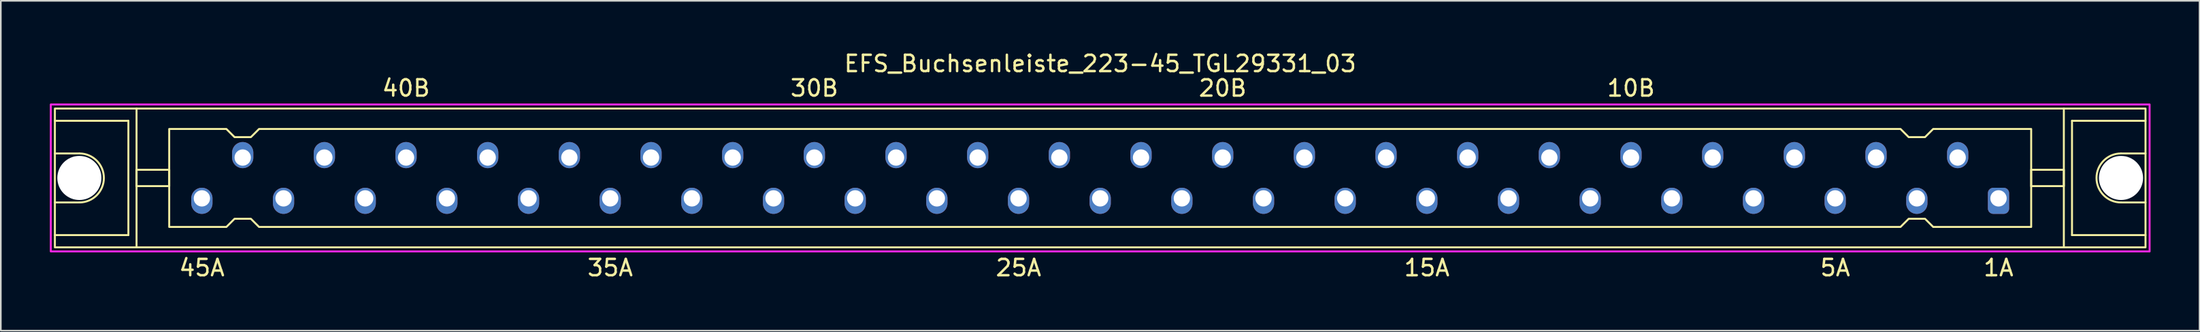
<source format=kicad_pcb>
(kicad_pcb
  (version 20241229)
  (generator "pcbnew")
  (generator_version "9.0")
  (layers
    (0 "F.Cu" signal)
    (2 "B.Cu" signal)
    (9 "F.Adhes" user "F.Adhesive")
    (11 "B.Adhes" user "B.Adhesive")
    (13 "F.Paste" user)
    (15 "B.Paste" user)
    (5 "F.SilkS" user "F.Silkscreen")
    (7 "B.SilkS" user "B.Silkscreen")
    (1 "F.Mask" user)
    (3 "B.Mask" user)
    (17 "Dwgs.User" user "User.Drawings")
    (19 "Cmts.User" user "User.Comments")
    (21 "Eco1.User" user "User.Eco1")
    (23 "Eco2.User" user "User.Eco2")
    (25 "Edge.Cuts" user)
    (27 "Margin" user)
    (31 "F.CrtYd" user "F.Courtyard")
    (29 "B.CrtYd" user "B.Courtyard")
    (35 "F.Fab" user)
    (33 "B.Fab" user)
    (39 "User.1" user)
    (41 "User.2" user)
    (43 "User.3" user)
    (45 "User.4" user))
  (footprint "EFS_Buchsenleiste_223-45_TGL29331_03"
    (layer "F.Cu")
    (at 64.31 7.848)
    (property "Reference" "EFS_Buchsenleiste_223-45_TGL29331_03" (at 0 -7 180) (layer "F.SilkS") (effects (font (size 1 1) (thickness 0.15))))
    (attr through_hole)
    (fp_line (start -64 -3.5) (end -59.5 -3.5) (stroke (width 0.12) (type solid)) (layer "F.SilkS"))
    (fp_line (start -62.5 -1.5) (end -64 -1.5) (stroke (width 0.12) (type solid)) (layer "F.SilkS"))
    (fp_line (start -62.5 1.5) (end -64 1.5) (stroke (width 0.12) (type solid)) (layer "F.SilkS"))
    (fp_line (start -59.5 -3.5) (end -59.5 3.5) (stroke (width 0.12) (type solid)) (layer "F.SilkS"))
    (fp_line (start -59.5 3.5) (end -64 3.5) (stroke (width 0.12) (type solid)) (layer "F.SilkS"))
    (fp_line (start -59 4.25) (end -59 -4.25) (stroke (width 0.12) (type solid)) (layer "F.SilkS"))
    (fp_line (start 59 4.25) (end 59 -4.25) (stroke (width 0.12) (type solid)) (layer "F.SilkS"))
    (fp_line (start 59.5 -3.5) (end 59.5 3.5) (stroke (width 0.12) (type solid)) (layer "F.SilkS"))
    (fp_line (start 59.5 3.5) (end 64 3.5) (stroke (width 0.12) (type solid)) (layer "F.SilkS"))
    (fp_line (start 62.5 -1.5) (end 64 -1.5) (stroke (width 0.12) (type solid)) (layer "F.SilkS"))
    (fp_line (start 62.5 1.5) (end 64 1.5) (stroke (width 0.12) (type solid)) (layer "F.SilkS"))
    (fp_line (start 64 -3.5) (end 59.5 -3.5) (stroke (width 0.12) (type solid)) (layer "F.SilkS"))
    (fp_rect (start -64 -4.25) (end 64 4.25) (stroke (width 0.12) (type solid)) (fill no) (layer "F.SilkS"))
    (fp_rect (start -59 -0.5) (end -57 0.5) (stroke (width 0.12) (type solid)) (fill no) (layer "F.SilkS"))
    (fp_rect (start 59 -0.5) (end 57 0.5) (stroke (width 0.12) (type solid)) (fill no) (layer "F.SilkS"))
    (fp_arc (start -62.5 -1.5) (mid -61 0) (end -62.5 1.5) (stroke (width 0.12) (type solid)) (layer "F.SilkS"))
    (fp_arc (start 62.5 1.5) (mid 61 0) (end 62.5 -1.5) (stroke (width 0.12) (type solid)) (layer "F.SilkS"))
    (fp_poly (pts (xy -53 -2.5) (xy -52 -2.5) (xy -51.5 -3) (xy 49 -3) (xy 49.5 -2.5) (xy 50.5 -2.5) (xy 51 -3) (xy 57 -3) (xy 57 3) (xy 51 3) (xy 50.5 2.5) (xy 49.5 2.5) (xy 49 3) (xy -51.5 3) (xy -52 2.5) (xy -53 2.5) (xy -53.5 3) (xy -57 3) (xy -57 -3) (xy -53.5 -3)) (stroke (width 0.12) (type solid)) (fill no) (layer "F.SilkS"))
    (fp_rect (start -64.25 -4.5) (end 64.25 4.5) (stroke (width 0.12) (type solid)) (fill no) (layer "F.CrtYd"))
    (fp_text user "45A" (at -55 5.5 180) (layer "F.SilkS") (effects (font (size 1 1) (thickness 0.15))))
    (fp_text user "40B" (at -42.5 -5.5 180) (layer "F.SilkS") (effects (font (size 1 1) (thickness 0.15))))
    (fp_text user "1A" (at 55 5.5 180) (layer "F.SilkS") (effects (font (size 1 1) (thickness 0.15))))
    (fp_text user "15A" (at 20 5.5 180) (layer "F.SilkS") (effects (font (size 1 1) (thickness 0.15))))
    (fp_text user "10B" (at 32.5 -5.5 180) (layer "F.SilkS") (effects (font (size 1 1) (thickness 0.15))))
    (fp_text user "35A" (at -30 5.5 180) (layer "F.SilkS") (effects (font (size 1 1) (thickness 0.15))))
    (fp_text user "25A" (at -5 5.5 180) (layer "F.SilkS") (effects (font (size 1 1) (thickness 0.15))))
    (fp_text user "30B" (at -17.5 -5.5 180) (layer "F.SilkS") (effects (font (size 1 1) (thickness 0.15))))
    (fp_text user "20B" (at 7.5 -5.5 180) (layer "F.SilkS") (effects (font (size 1 1) (thickness 0.15))))
    (fp_text user "5A" (at 45 5.5 180) (layer "F.SilkS") (effects (font (size 1 1) (thickness 0.15))))
    (pad "" np_thru_hole circle (at -62.5 0) (size 2.7 2.7) (drill 2.7) (layers "*.Cu" "*.Mask"))
    (pad "" np_thru_hole circle (at 62.5 0) (size 2.7 2.7) (drill 2.7) (layers "*.Cu" "*.Mask"))
    (pad "1a" thru_hole roundrect (at 55 1.25 180) (size 1.3 1.6) (drill 1 (offset 0 -0.15)) (layers "*.Cu" "*.Mask") (roundrect_rratio 0.25))
    (pad "2b" thru_hole oval (at 52.5 -1.25 180) (size 1.3 1.6) (drill 1 (offset 0 0.15)) (layers "*.Cu" "*.Mask"))
    (pad "3a" thru_hole oval (at 50 1.25 180) (size 1.3 1.6) (drill 1 (offset 0 -0.15)) (layers "*.Cu" "*.Mask"))
    (pad "4b" thru_hole oval (at 47.5 -1.25 180) (size 1.3 1.6) (drill 1 (offset 0 0.15)) (layers "*.Cu" "*.Mask"))
    (pad "5a" thru_hole oval (at 45 1.25 180) (size 1.3 1.6) (drill 1 (offset 0 -0.15)) (layers "*.Cu" "*.Mask"))
    (pad "6b" thru_hole oval (at 42.5 -1.25 180) (size 1.3 1.6) (drill 1 (offset 0 0.15)) (layers "*.Cu" "*.Mask"))
    (pad "7a" thru_hole oval (at 40 1.25 180) (size 1.3 1.6) (drill 1 (offset 0 -0.15)) (layers "*.Cu" "*.Mask"))
    (pad "8b" thru_hole oval (at 37.5 -1.25 180) (size 1.3 1.6) (drill 1 (offset 0 0.15)) (layers "*.Cu" "*.Mask"))
    (pad "9a" thru_hole oval (at 35 1.25 180) (size 1.3 1.6) (drill 1 (offset 0 -0.15)) (layers "*.Cu" "*.Mask"))
    (pad "10b" thru_hole oval (at 32.5 -1.25 180) (size 1.3 1.6) (drill 1 (offset 0 0.15)) (layers "*.Cu" "*.Mask"))
    (pad "11a" thru_hole oval (at 30 1.25 180) (size 1.3 1.6) (drill 1 (offset 0 -0.15)) (layers "*.Cu" "*.Mask"))
    (pad "12b" thru_hole oval (at 27.5 -1.25 180) (size 1.3 1.6) (drill 1 (offset 0 0.15)) (layers "*.Cu" "*.Mask"))
    (pad "13a" thru_hole oval (at 25 1.25 180) (size 1.3 1.6) (drill 1 (offset 0 -0.15)) (layers "*.Cu" "*.Mask"))
    (pad "14b" thru_hole oval (at 22.5 -1.25 180) (size 1.3 1.6) (drill 1 (offset 0 0.15)) (layers "*.Cu" "*.Mask"))
    (pad "15a" thru_hole oval (at 20 1.25 180) (size 1.3 1.6) (drill 1 (offset 0 -0.15)) (layers "*.Cu" "*.Mask"))
    (pad "16b" thru_hole oval (at 17.5 -1.25 180) (size 1.3 1.6) (drill 1 (offset 0 0.15)) (layers "*.Cu" "*.Mask"))
    (pad "17a" thru_hole oval (at 15 1.25 180) (size 1.3 1.6) (drill 1 (offset 0 -0.15)) (layers "*.Cu" "*.Mask"))
    (pad "18b" thru_hole oval (at 12.5 -1.25 180) (size 1.3 1.6) (drill 1 (offset 0 0.15)) (layers "*.Cu" "*.Mask"))
    (pad "19a" thru_hole oval (at 10 1.25 180) (size 1.3 1.6) (drill 1 (offset 0 -0.15)) (layers "*.Cu" "*.Mask"))
    (pad "20b" thru_hole oval (at 7.5 -1.25 180) (size 1.3 1.6) (drill 1 (offset 0 0.15)) (layers "*.Cu" "*.Mask"))
    (pad "21a" thru_hole oval (at 5 1.25 180) (size 1.3 1.6) (drill 1 (offset 0 -0.15)) (layers "*.Cu" "*.Mask"))
    (pad "22b" thru_hole oval (at 2.5 -1.25 180) (size 1.3 1.6) (drill 1 (offset 0 0.15)) (layers "*.Cu" "*.Mask"))
    (pad "23a" thru_hole oval (at 0 1.25 180) (size 1.3 1.6) (drill 1 (offset 0 -0.15)) (layers "*.Cu" "*.Mask"))
    (pad "24b" thru_hole oval (at -2.5 -1.25 180) (size 1.3 1.6) (drill 1 (offset 0 0.15)) (layers "*.Cu" "*.Mask"))
    (pad "25a" thru_hole oval (at -5 1.25 180) (size 1.3 1.6) (drill 1 (offset 0 -0.15)) (layers "*.Cu" "*.Mask"))
    (pad "26b" thru_hole oval (at -7.5 -1.25 180) (size 1.3 1.6) (drill 1 (offset 0 0.15)) (layers "*.Cu" "*.Mask"))
    (pad "27a" thru_hole oval (at -10 1.25 180) (size 1.3 1.6) (drill 1 (offset 0 -0.15)) (layers "*.Cu" "*.Mask"))
    (pad "28b" thru_hole oval (at -12.5 -1.25 180) (size 1.3 1.6) (drill 1 (offset 0 0.15)) (layers "*.Cu" "*.Mask"))
    (pad "29a" thru_hole oval (at -15 1.25 180) (size 1.3 1.6) (drill 1 (offset 0 -0.15)) (layers "*.Cu" "*.Mask"))
    (pad "30b" thru_hole oval (at -17.5 -1.25 180) (size 1.3 1.6) (drill 1 (offset 0 0.15)) (layers "*.Cu" "*.Mask"))
    (pad "31a" thru_hole oval (at -20 1.25 180) (size 1.3 1.6) (drill 1 (offset 0 -0.15)) (layers "*.Cu" "*.Mask"))
    (pad "32b" thru_hole oval (at -22.5 -1.25 180) (size 1.3 1.6) (drill 1 (offset 0 0.15)) (layers "*.Cu" "*.Mask"))
    (pad "33a" thru_hole oval (at -25 1.25 180) (size 1.3 1.6) (drill 1 (offset 0 -0.15)) (layers "*.Cu" "*.Mask"))
    (pad "34b" thru_hole oval (at -27.5 -1.25 180) (size 1.3 1.6) (drill 1 (offset 0 0.15)) (layers "*.Cu" "*.Mask"))
    (pad "35a" thru_hole oval (at -30 1.25 180) (size 1.3 1.6) (drill 1 (offset 0 -0.15)) (layers "*.Cu" "*.Mask"))
    (pad "36b" thru_hole oval (at -32.5 -1.25 180) (size 1.3 1.6) (drill 1 (offset 0 0.15)) (layers "*.Cu" "*.Mask"))
    (pad "37a" thru_hole oval (at -35 1.25 180) (size 1.3 1.6) (drill 1 (offset 0 -0.15)) (layers "*.Cu" "*.Mask"))
    (pad "38b" thru_hole oval (at -37.5 -1.25 180) (size 1.3 1.6) (drill 1 (offset 0 0.15)) (layers "*.Cu" "*.Mask"))
    (pad "39a" thru_hole oval (at -40 1.25 180) (size 1.3 1.6) (drill 1 (offset 0 -0.15)) (layers "*.Cu" "*.Mask"))
    (pad "40b" thru_hole oval (at -42.5 -1.25 180) (size 1.3 1.6) (drill 1 (offset 0 0.15)) (layers "*.Cu" "*.Mask"))
    (pad "41a" thru_hole oval (at -45 1.25 180) (size 1.3 1.6) (drill 1 (offset 0 -0.15)) (layers "*.Cu" "*.Mask"))
    (pad "42b" thru_hole oval (at -47.5 -1.25 180) (size 1.3 1.6) (drill 1 (offset 0 0.15)) (layers "*.Cu" "*.Mask"))
    (pad "43a" thru_hole oval (at -50 1.25 180) (size 1.3 1.6) (drill 1 (offset 0 -0.15)) (layers "*.Cu" "*.Mask"))
    (pad "44b" thru_hole oval (at -52.5 -1.25 180) (size 1.3 1.6) (drill 1 (offset 0 0.15)) (layers "*.Cu" "*.Mask"))
    (pad "45a" thru_hole oval (at -55 1.25 180) (size 1.3 1.6) (drill 1 (offset 0 -0.15)) (layers "*.Cu" "*.Mask")))
  (gr_rect
    (start -3 -3)
    (end 131.62 17.197)
    (stroke (width 0.1) (type default))
    (fill no)
    (layer "Edge.Cuts")))
</source>
